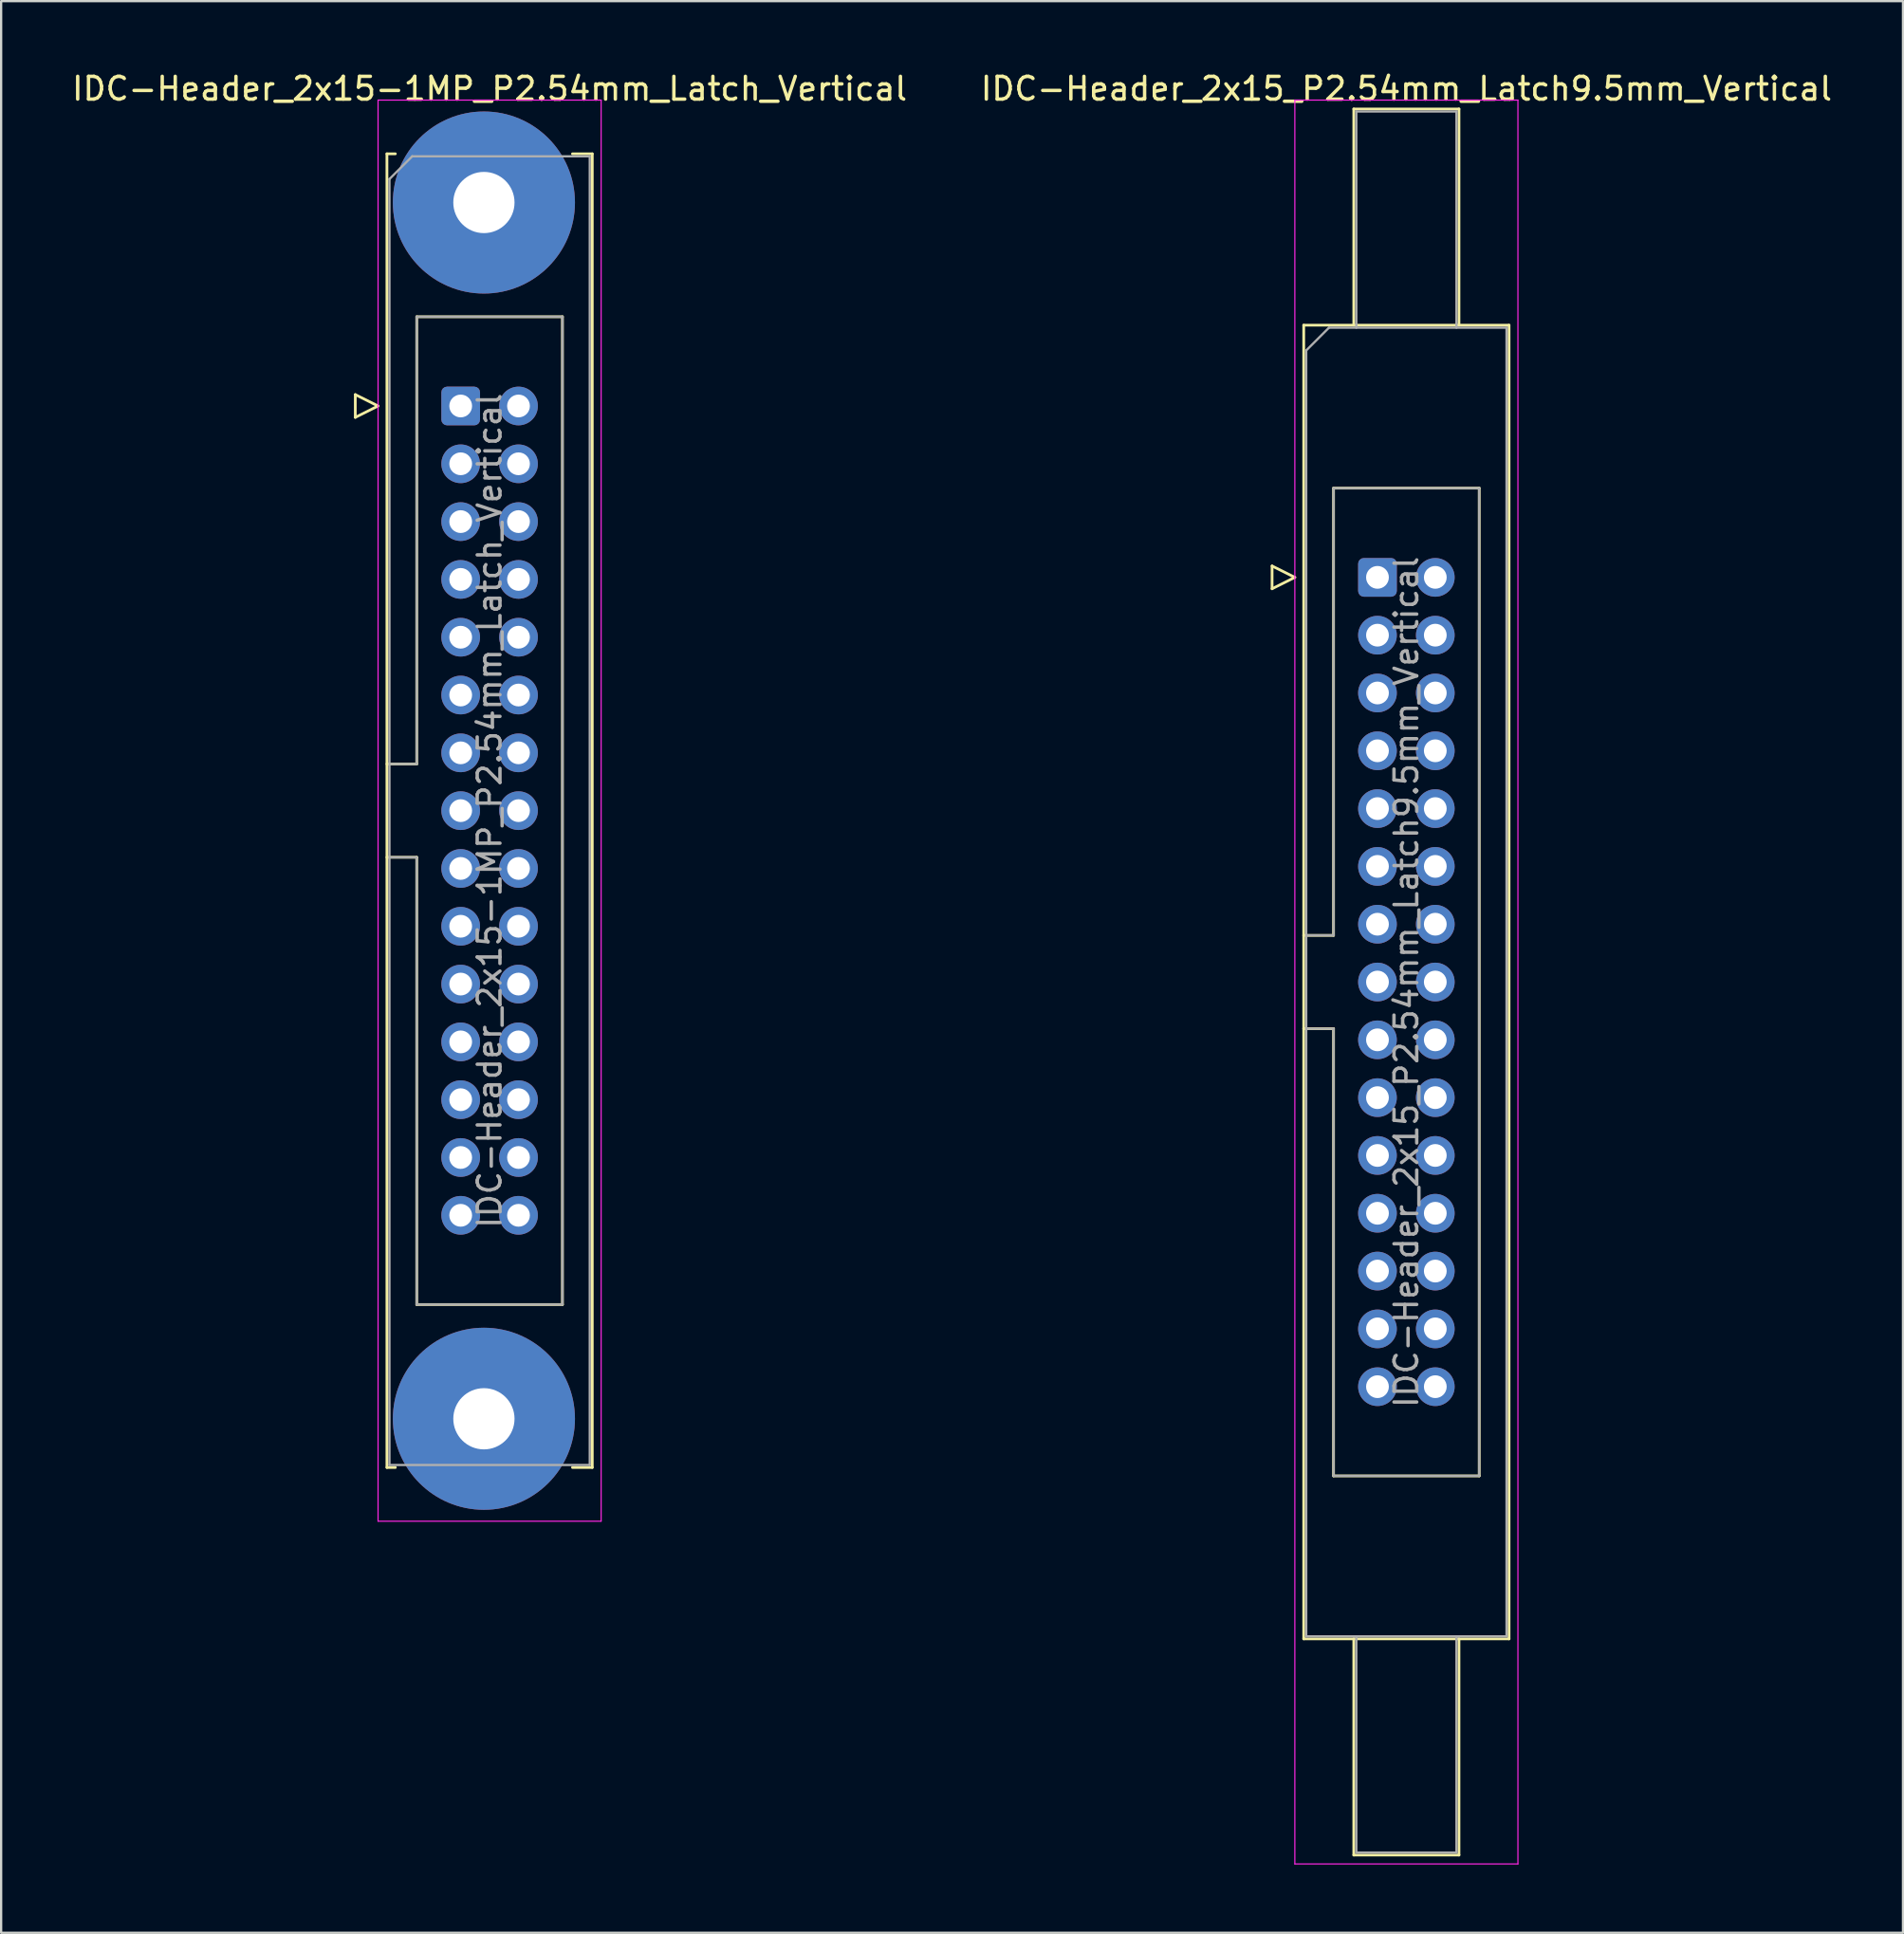
<source format=kicad_pcb>
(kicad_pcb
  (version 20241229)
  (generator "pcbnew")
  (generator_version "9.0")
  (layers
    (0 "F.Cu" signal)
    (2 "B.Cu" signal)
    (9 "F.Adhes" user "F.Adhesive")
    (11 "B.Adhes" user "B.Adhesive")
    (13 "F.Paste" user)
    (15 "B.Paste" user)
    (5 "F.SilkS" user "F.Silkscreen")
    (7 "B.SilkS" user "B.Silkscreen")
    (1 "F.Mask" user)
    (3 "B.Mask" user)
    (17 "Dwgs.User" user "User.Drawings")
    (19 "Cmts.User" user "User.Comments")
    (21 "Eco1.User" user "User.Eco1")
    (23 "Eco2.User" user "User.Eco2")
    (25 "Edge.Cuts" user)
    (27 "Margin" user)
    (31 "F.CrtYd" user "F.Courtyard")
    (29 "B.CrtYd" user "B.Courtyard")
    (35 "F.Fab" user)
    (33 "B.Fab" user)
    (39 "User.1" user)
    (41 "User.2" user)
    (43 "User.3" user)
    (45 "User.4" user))
  (footprint "IDC-Header_2x15-1MP_P2.54mm_Latch_Vertical"
    (layer "F.Cu")
    (at 17.188 14.788)
    (property "Reference" "IDC-Header_2x15-1MP_P2.54mm_Latch_Vertical" (at 1.27 -13.94 0) (layer "F.SilkS") (effects (font (size 1 1) (thickness 0.15))))
    (attr through_hole)
    (fp_line (start -4.63 -0.5) (end -4.63 0.5) (stroke (width 0.12) (type solid)) (layer "F.SilkS"))
    (fp_line (start -4.63 0.5) (end -3.63 0) (stroke (width 0.12) (type solid)) (layer "F.SilkS"))
    (fp_line (start -3.63 0) (end -4.63 -0.5) (stroke (width 0.12) (type solid)) (layer "F.SilkS"))
    (fp_line (start -3.24 -11.08) (end -3.24 46.64) (stroke (width 0.12) (type solid)) (layer "F.SilkS"))
    (fp_line (start -3.24 15.73) (end -1.93 15.73) (stroke (width 0.12) (type solid)) (layer "F.SilkS"))
    (fp_line (start -3.24 46.64) (end -2.87 46.64) (stroke (width 0.12) (type solid)) (layer "F.SilkS"))
    (fp_line (start -2.87 -11.08) (end -3.24 -11.08) (stroke (width 0.12) (type solid)) (layer "F.SilkS"))
    (fp_line (start -1.93 -3.92) (end 4.47 -3.92) (stroke (width 0.12) (type solid)) (layer "F.SilkS"))
    (fp_line (start -1.93 15.73) (end -1.93 -3.92) (stroke (width 0.12) (type solid)) (layer "F.SilkS"))
    (fp_line (start -1.93 19.83) (end -3.24 19.83) (stroke (width 0.12) (type solid)) (layer "F.SilkS"))
    (fp_line (start -1.93 39.48) (end -1.93 19.83) (stroke (width 0.12) (type solid)) (layer "F.SilkS"))
    (fp_line (start 4.47 -3.92) (end 4.47 39.48) (stroke (width 0.12) (type solid)) (layer "F.SilkS"))
    (fp_line (start 4.47 39.48) (end -1.93 39.48) (stroke (width 0.12) (type solid)) (layer "F.SilkS"))
    (fp_line (start 4.91 -11.08) (end 5.78 -11.08) (stroke (width 0.12) (type solid)) (layer "F.SilkS"))
    (fp_line (start 5.78 -11.08) (end 5.78 46.64) (stroke (width 0.12) (type solid)) (layer "F.SilkS"))
    (fp_line (start 5.78 46.64) (end 4.91 46.64) (stroke (width 0.12) (type solid)) (layer "F.SilkS"))
    (fp_line (start -3.63 -13.44) (end -3.63 49) (stroke (width 0.05) (type solid)) (layer "F.CrtYd"))
    (fp_line (start -3.63 49) (end 6.17 49) (stroke (width 0.05) (type solid)) (layer "F.CrtYd"))
    (fp_line (start 6.17 -13.44) (end -3.63 -13.44) (stroke (width 0.05) (type solid)) (layer "F.CrtYd"))
    (fp_line (start 6.17 49) (end 6.17 -13.44) (stroke (width 0.05) (type solid)) (layer "F.CrtYd"))
    (fp_line (start -3.13 -9.97) (end -2.13 -10.97) (stroke (width 0.1) (type solid)) (layer "F.Fab"))
    (fp_line (start -3.13 15.73) (end -1.93 15.73) (stroke (width 0.1) (type solid)) (layer "F.Fab"))
    (fp_line (start -3.13 46.53) (end -3.13 -9.97) (stroke (width 0.1) (type solid)) (layer "F.Fab"))
    (fp_line (start -2.13 -10.97) (end 5.67 -10.97) (stroke (width 0.1) (type solid)) (layer "F.Fab"))
    (fp_line (start -1.93 -3.92) (end 4.47 -3.92) (stroke (width 0.1) (type solid)) (layer "F.Fab"))
    (fp_line (start -1.93 15.73) (end -1.93 -3.92) (stroke (width 0.1) (type solid)) (layer "F.Fab"))
    (fp_line (start -1.93 19.83) (end -3.13 19.83) (stroke (width 0.1) (type solid)) (layer "F.Fab"))
    (fp_line (start -1.93 39.48) (end -1.93 19.83) (stroke (width 0.1) (type solid)) (layer "F.Fab"))
    (fp_line (start 4.47 -3.92) (end 4.47 39.48) (stroke (width 0.1) (type solid)) (layer "F.Fab"))
    (fp_line (start 4.47 39.48) (end -1.93 39.48) (stroke (width 0.1) (type solid)) (layer "F.Fab"))
    (fp_line (start 5.67 -10.97) (end 5.67 46.53) (stroke (width 0.1) (type solid)) (layer "F.Fab"))
    (fp_line (start 5.67 46.53) (end -3.13 46.53) (stroke (width 0.1) (type solid)) (layer "F.Fab"))
    (fp_text user "${REFERENCE}" (at 1.27 17.78 90) (layer "F.Fab") (effects (font (size 1 1) (thickness 0.15))))
    (pad "1" thru_hole roundrect (at 0 0) (size 1.7 1.7) (drill 1) (layers "*.Cu" "*.Mask") (roundrect_rratio 0.147))
    (pad "2" thru_hole circle (at 2.54 0) (size 1.7 1.7) (drill 1) (layers "*.Cu" "*.Mask"))
    (pad "3" thru_hole circle (at 0 2.54) (size 1.7 1.7) (drill 1) (layers "*.Cu" "*.Mask"))
    (pad "4" thru_hole circle (at 2.54 2.54) (size 1.7 1.7) (drill 1) (layers "*.Cu" "*.Mask"))
    (pad "5" thru_hole circle (at 0 5.08) (size 1.7 1.7) (drill 1) (layers "*.Cu" "*.Mask"))
    (pad "6" thru_hole circle (at 2.54 5.08) (size 1.7 1.7) (drill 1) (layers "*.Cu" "*.Mask"))
    (pad "7" thru_hole circle (at 0 7.62) (size 1.7 1.7) (drill 1) (layers "*.Cu" "*.Mask"))
    (pad "8" thru_hole circle (at 2.54 7.62) (size 1.7 1.7) (drill 1) (layers "*.Cu" "*.Mask"))
    (pad "9" thru_hole circle (at 0 10.16) (size 1.7 1.7) (drill 1) (layers "*.Cu" "*.Mask"))
    (pad "10" thru_hole circle (at 2.54 10.16) (size 1.7 1.7) (drill 1) (layers "*.Cu" "*.Mask"))
    (pad "11" thru_hole circle (at 0 12.7) (size 1.7 1.7) (drill 1) (layers "*.Cu" "*.Mask"))
    (pad "12" thru_hole circle (at 2.54 12.7) (size 1.7 1.7) (drill 1) (layers "*.Cu" "*.Mask"))
    (pad "13" thru_hole circle (at 0 15.24) (size 1.7 1.7) (drill 1) (layers "*.Cu" "*.Mask"))
    (pad "14" thru_hole circle (at 2.54 15.24) (size 1.7 1.7) (drill 1) (layers "*.Cu" "*.Mask"))
    (pad "15" thru_hole circle (at 0 17.78) (size 1.7 1.7) (drill 1) (layers "*.Cu" "*.Mask"))
    (pad "16" thru_hole circle (at 2.54 17.78) (size 1.7 1.7) (drill 1) (layers "*.Cu" "*.Mask"))
    (pad "17" thru_hole circle (at 0 20.32) (size 1.7 1.7) (drill 1) (layers "*.Cu" "*.Mask"))
    (pad "18" thru_hole circle (at 2.54 20.32) (size 1.7 1.7) (drill 1) (layers "*.Cu" "*.Mask"))
    (pad "19" thru_hole circle (at 0 22.86) (size 1.7 1.7) (drill 1) (layers "*.Cu" "*.Mask"))
    (pad "20" thru_hole circle (at 2.54 22.86) (size 1.7 1.7) (drill 1) (layers "*.Cu" "*.Mask"))
    (pad "21" thru_hole circle (at 0 25.4) (size 1.7 1.7) (drill 1) (layers "*.Cu" "*.Mask"))
    (pad "22" thru_hole circle (at 2.54 25.4) (size 1.7 1.7) (drill 1) (layers "*.Cu" "*.Mask"))
    (pad "23" thru_hole circle (at 0 27.94) (size 1.7 1.7) (drill 1) (layers "*.Cu" "*.Mask"))
    (pad "24" thru_hole circle (at 2.54 27.94) (size 1.7 1.7) (drill 1) (layers "*.Cu" "*.Mask"))
    (pad "25" thru_hole circle (at 0 30.48) (size 1.7 1.7) (drill 1) (layers "*.Cu" "*.Mask"))
    (pad "26" thru_hole circle (at 2.54 30.48) (size 1.7 1.7) (drill 1) (layers "*.Cu" "*.Mask"))
    (pad "27" thru_hole circle (at 0 33.02) (size 1.7 1.7) (drill 1) (layers "*.Cu" "*.Mask"))
    (pad "28" thru_hole circle (at 2.54 33.02) (size 1.7 1.7) (drill 1) (layers "*.Cu" "*.Mask"))
    (pad "29" thru_hole circle (at 0 35.56) (size 1.7 1.7) (drill 1) (layers "*.Cu" "*.Mask"))
    (pad "30" thru_hole circle (at 2.54 35.56) (size 1.7 1.7) (drill 1) (layers "*.Cu" "*.Mask"))
    (pad "MP" thru_hole circle (at 1.02 -8.94) (size 8 8) (drill 2.69) (layers "*.Cu" "*.Mask"))
    (pad "MP" thru_hole circle (at 1.02 44.5) (size 8 8) (drill 2.69) (layers "*.Cu" "*.Mask")))
  (footprint "IDC-Header_2x15_P2.54mm_Latch9.5mm_Vertical"
    (layer "F.Cu")
    (at 57.462 22.318)
    (property "Reference" "IDC-Header_2x15_P2.54mm_Latch9.5mm_Vertical" (at 1.27 -21.47 0) (layer "F.SilkS") (effects (font (size 1 1) (thickness 0.15))))
    (attr through_hole)
    (fp_line (start -4.63 -0.5) (end -4.63 0.5) (stroke (width 0.12) (type solid)) (layer "F.SilkS"))
    (fp_line (start -4.63 0.5) (end -3.63 0) (stroke (width 0.12) (type solid)) (layer "F.SilkS"))
    (fp_line (start -3.63 0) (end -4.63 -0.5) (stroke (width 0.12) (type solid)) (layer "F.SilkS"))
    (fp_line (start -3.24 -11.08) (end 5.78 -11.08) (stroke (width 0.12) (type solid)) (layer "F.SilkS"))
    (fp_line (start -3.24 15.73) (end -1.93 15.73) (stroke (width 0.12) (type solid)) (layer "F.SilkS"))
    (fp_line (start -3.24 46.64) (end -3.24 -11.08) (stroke (width 0.12) (type solid)) (layer "F.SilkS"))
    (fp_line (start -1.93 -3.92) (end 4.47 -3.92) (stroke (width 0.12) (type solid)) (layer "F.SilkS"))
    (fp_line (start -1.93 15.73) (end -1.93 -3.92) (stroke (width 0.12) (type solid)) (layer "F.SilkS"))
    (fp_line (start -1.93 19.83) (end -3.24 19.83) (stroke (width 0.12) (type solid)) (layer "F.SilkS"))
    (fp_line (start -1.93 39.48) (end -1.93 19.83) (stroke (width 0.12) (type solid)) (layer "F.SilkS"))
    (fp_line (start -1.04 -20.58) (end 3.58 -20.58) (stroke (width 0.12) (type solid)) (layer "F.SilkS"))
    (fp_line (start -1.04 -11.08) (end -1.04 -20.58) (stroke (width 0.12) (type solid)) (layer "F.SilkS"))
    (fp_line (start -1.04 46.64) (end -1.04 56.14) (stroke (width 0.12) (type solid)) (layer "F.SilkS"))
    (fp_line (start -1.04 56.14) (end 3.58 56.14) (stroke (width 0.12) (type solid)) (layer "F.SilkS"))
    (fp_line (start 3.58 -20.58) (end 3.58 -11.08) (stroke (width 0.12) (type solid)) (layer "F.SilkS"))
    (fp_line (start 3.58 56.14) (end 3.58 46.64) (stroke (width 0.12) (type solid)) (layer "F.SilkS"))
    (fp_line (start 4.47 -3.92) (end 4.47 39.48) (stroke (width 0.12) (type solid)) (layer "F.SilkS"))
    (fp_line (start 4.47 39.48) (end -1.93 39.48) (stroke (width 0.12) (type solid)) (layer "F.SilkS"))
    (fp_line (start 5.78 -11.08) (end 5.78 46.64) (stroke (width 0.12) (type solid)) (layer "F.SilkS"))
    (fp_line (start 5.78 46.64) (end -3.24 46.64) (stroke (width 0.12) (type solid)) (layer "F.SilkS"))
    (fp_line (start -3.63 -20.97) (end -3.63 56.53) (stroke (width 0.05) (type solid)) (layer "F.CrtYd"))
    (fp_line (start -3.63 56.53) (end 6.17 56.53) (stroke (width 0.05) (type solid)) (layer "F.CrtYd"))
    (fp_line (start 6.17 -20.97) (end -3.63 -20.97) (stroke (width 0.05) (type solid)) (layer "F.CrtYd"))
    (fp_line (start 6.17 56.53) (end 6.17 -20.97) (stroke (width 0.05) (type solid)) (layer "F.CrtYd"))
    (fp_line (start -3.13 -9.97) (end -2.13 -10.97) (stroke (width 0.1) (type solid)) (layer "F.Fab"))
    (fp_line (start -3.13 15.73) (end -1.93 15.73) (stroke (width 0.1) (type solid)) (layer "F.Fab"))
    (fp_line (start -3.13 46.53) (end -3.13 -9.97) (stroke (width 0.1) (type solid)) (layer "F.Fab"))
    (fp_line (start -2.13 -10.97) (end 5.67 -10.97) (stroke (width 0.1) (type solid)) (layer "F.Fab"))
    (fp_line (start -1.93 -3.92) (end 4.47 -3.92) (stroke (width 0.1) (type solid)) (layer "F.Fab"))
    (fp_line (start -1.93 15.73) (end -1.93 -3.92) (stroke (width 0.1) (type solid)) (layer "F.Fab"))
    (fp_line (start -1.93 19.83) (end -3.13 19.83) (stroke (width 0.1) (type solid)) (layer "F.Fab"))
    (fp_line (start -1.93 39.48) (end -1.93 19.83) (stroke (width 0.1) (type solid)) (layer "F.Fab"))
    (fp_line (start -0.93 -20.47) (end 3.47 -20.47) (stroke (width 0.1) (type solid)) (layer "F.Fab"))
    (fp_line (start -0.93 -10.97) (end -0.93 -20.47) (stroke (width 0.1) (type solid)) (layer "F.Fab"))
    (fp_line (start -0.93 46.53) (end -0.93 56.03) (stroke (width 0.1) (type solid)) (layer "F.Fab"))
    (fp_line (start -0.93 56.03) (end 3.47 56.03) (stroke (width 0.1) (type solid)) (layer "F.Fab"))
    (fp_line (start 3.47 -20.47) (end 3.47 -10.97) (stroke (width 0.1) (type solid)) (layer "F.Fab"))
    (fp_line (start 3.47 56.03) (end 3.47 46.53) (stroke (width 0.1) (type solid)) (layer "F.Fab"))
    (fp_line (start 4.47 -3.92) (end 4.47 39.48) (stroke (width 0.1) (type solid)) (layer "F.Fab"))
    (fp_line (start 4.47 39.48) (end -1.93 39.48) (stroke (width 0.1) (type solid)) (layer "F.Fab"))
    (fp_line (start 5.67 -10.97) (end 5.67 46.53) (stroke (width 0.1) (type solid)) (layer "F.Fab"))
    (fp_line (start 5.67 46.53) (end -3.13 46.53) (stroke (width 0.1) (type solid)) (layer "F.Fab"))
    (fp_text user "${REFERENCE}" (at 1.27 17.78 90) (layer "F.Fab") (effects (font (size 1 1) (thickness 0.15))))
    (pad "1" thru_hole roundrect (at 0 0) (size 1.7 1.7) (drill 1) (layers "*.Cu" "*.Mask") (roundrect_rratio 0.147))
    (pad "2" thru_hole circle (at 2.54 0) (size 1.7 1.7) (drill 1) (layers "*.Cu" "*.Mask"))
    (pad "3" thru_hole circle (at 0 2.54) (size 1.7 1.7) (drill 1) (layers "*.Cu" "*.Mask"))
    (pad "4" thru_hole circle (at 2.54 2.54) (size 1.7 1.7) (drill 1) (layers "*.Cu" "*.Mask"))
    (pad "5" thru_hole circle (at 0 5.08) (size 1.7 1.7) (drill 1) (layers "*.Cu" "*.Mask"))
    (pad "6" thru_hole circle (at 2.54 5.08) (size 1.7 1.7) (drill 1) (layers "*.Cu" "*.Mask"))
    (pad "7" thru_hole circle (at 0 7.62) (size 1.7 1.7) (drill 1) (layers "*.Cu" "*.Mask"))
    (pad "8" thru_hole circle (at 2.54 7.62) (size 1.7 1.7) (drill 1) (layers "*.Cu" "*.Mask"))
    (pad "9" thru_hole circle (at 0 10.16) (size 1.7 1.7) (drill 1) (layers "*.Cu" "*.Mask"))
    (pad "10" thru_hole circle (at 2.54 10.16) (size 1.7 1.7) (drill 1) (layers "*.Cu" "*.Mask"))
    (pad "11" thru_hole circle (at 0 12.7) (size 1.7 1.7) (drill 1) (layers "*.Cu" "*.Mask"))
    (pad "12" thru_hole circle (at 2.54 12.7) (size 1.7 1.7) (drill 1) (layers "*.Cu" "*.Mask"))
    (pad "13" thru_hole circle (at 0 15.24) (size 1.7 1.7) (drill 1) (layers "*.Cu" "*.Mask"))
    (pad "14" thru_hole circle (at 2.54 15.24) (size 1.7 1.7) (drill 1) (layers "*.Cu" "*.Mask"))
    (pad "15" thru_hole circle (at 0 17.78) (size 1.7 1.7) (drill 1) (layers "*.Cu" "*.Mask"))
    (pad "16" thru_hole circle (at 2.54 17.78) (size 1.7 1.7) (drill 1) (layers "*.Cu" "*.Mask"))
    (pad "17" thru_hole circle (at 0 20.32) (size 1.7 1.7) (drill 1) (layers "*.Cu" "*.Mask"))
    (pad "18" thru_hole circle (at 2.54 20.32) (size 1.7 1.7) (drill 1) (layers "*.Cu" "*.Mask"))
    (pad "19" thru_hole circle (at 0 22.86) (size 1.7 1.7) (drill 1) (layers "*.Cu" "*.Mask"))
    (pad "20" thru_hole circle (at 2.54 22.86) (size 1.7 1.7) (drill 1) (layers "*.Cu" "*.Mask"))
    (pad "21" thru_hole circle (at 0 25.4) (size 1.7 1.7) (drill 1) (layers "*.Cu" "*.Mask"))
    (pad "22" thru_hole circle (at 2.54 25.4) (size 1.7 1.7) (drill 1) (layers "*.Cu" "*.Mask"))
    (pad "23" thru_hole circle (at 0 27.94) (size 1.7 1.7) (drill 1) (layers "*.Cu" "*.Mask"))
    (pad "24" thru_hole circle (at 2.54 27.94) (size 1.7 1.7) (drill 1) (layers "*.Cu" "*.Mask"))
    (pad "25" thru_hole circle (at 0 30.48) (size 1.7 1.7) (drill 1) (layers "*.Cu" "*.Mask"))
    (pad "26" thru_hole circle (at 2.54 30.48) (size 1.7 1.7) (drill 1) (layers "*.Cu" "*.Mask"))
    (pad "27" thru_hole circle (at 0 33.02) (size 1.7 1.7) (drill 1) (layers "*.Cu" "*.Mask"))
    (pad "28" thru_hole circle (at 2.54 33.02) (size 1.7 1.7) (drill 1) (layers "*.Cu" "*.Mask"))
    (pad "29" thru_hole circle (at 0 35.56) (size 1.7 1.7) (drill 1) (layers "*.Cu" "*.Mask"))
    (pad "30" thru_hole circle (at 2.54 35.56) (size 1.7 1.7) (drill 1) (layers "*.Cu" "*.Mask")))
  (gr_rect
    (start -3 -3)
    (end 80.548 81.873)
    (stroke (width 0.1) (type default))
    (fill no)
    (layer "Edge.Cuts")))
</source>
